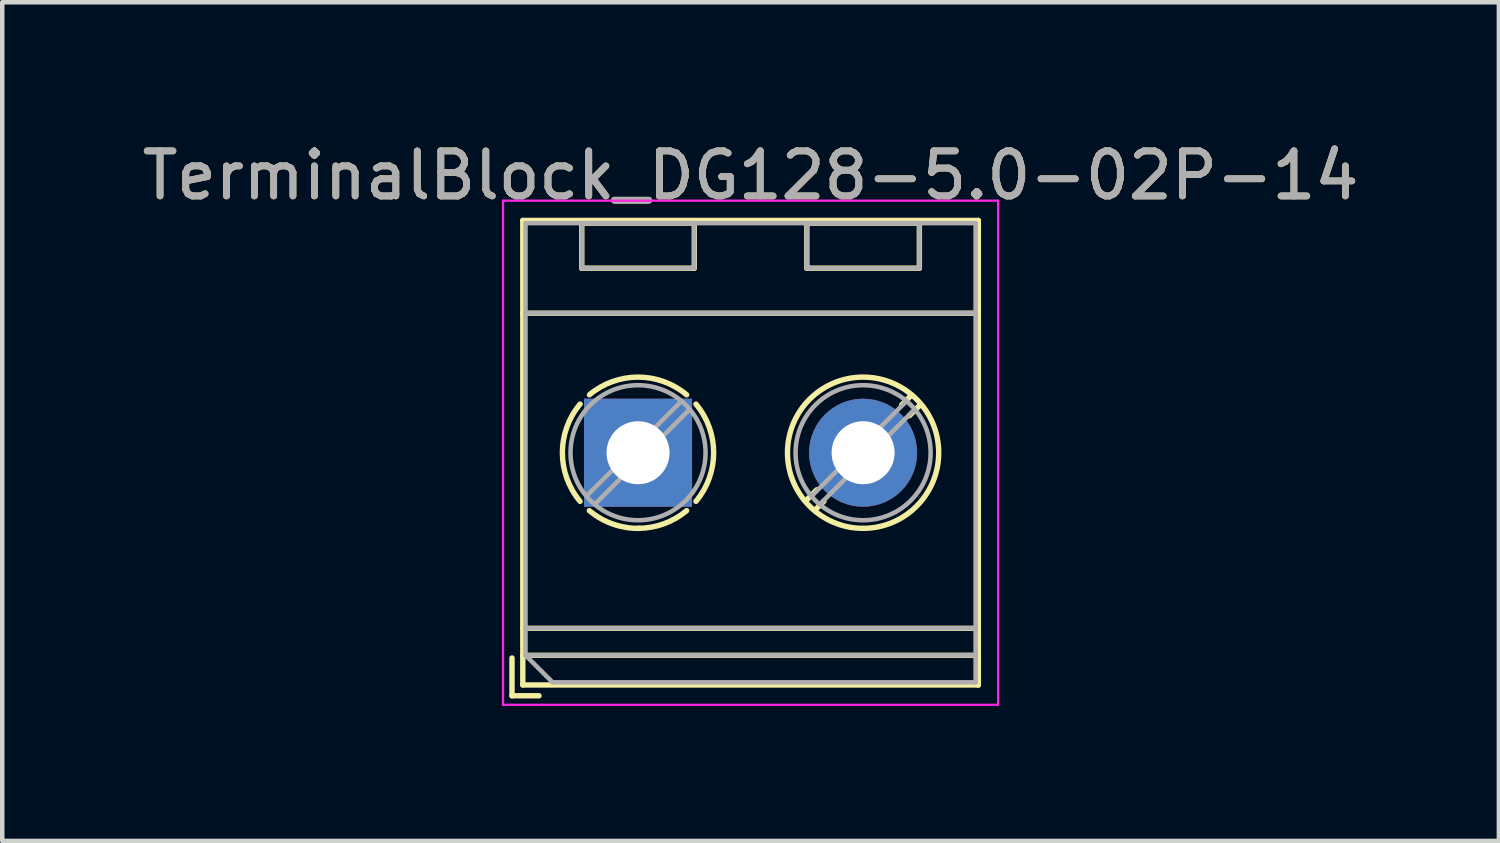
<source format=kicad_pcb>
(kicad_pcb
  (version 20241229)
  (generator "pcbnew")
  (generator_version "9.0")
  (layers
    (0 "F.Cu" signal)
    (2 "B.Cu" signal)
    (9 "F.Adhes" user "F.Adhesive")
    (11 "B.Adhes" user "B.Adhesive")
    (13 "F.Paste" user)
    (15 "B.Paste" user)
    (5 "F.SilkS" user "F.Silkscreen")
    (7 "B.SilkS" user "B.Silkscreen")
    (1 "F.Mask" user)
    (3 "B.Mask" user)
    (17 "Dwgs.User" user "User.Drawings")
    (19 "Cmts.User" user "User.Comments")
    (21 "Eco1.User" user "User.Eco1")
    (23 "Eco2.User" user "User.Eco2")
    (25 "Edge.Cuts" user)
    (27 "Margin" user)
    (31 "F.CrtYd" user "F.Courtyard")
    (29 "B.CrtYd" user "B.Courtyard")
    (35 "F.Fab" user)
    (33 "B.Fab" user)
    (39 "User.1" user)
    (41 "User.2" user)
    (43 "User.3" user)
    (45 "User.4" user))
  (footprint "TerminalBlock_DG128-5.0-02P-14"
    (layer "F.Cu")
    (at 11.125 7.008)
    (property "Reference" "TerminalBlock_DG128-5.0-02P-14" (at 2.5 -6.16 0) (layer "F.SilkS") (effects (font (size 1 1) (thickness 0.15))))
    (attr through_hole)
    (fp_line (start -2.8 4.56) (end -2.8 5.4) (stroke (width 0.12) (type solid)) (layer "F.SilkS"))
    (fp_line (start -2.8 5.4) (end -2.2 5.4) (stroke (width 0.12) (type solid)) (layer "F.SilkS"))
    (fp_line (start -2.56 -5.16) (end -2.56 5.16) (stroke (width 0.12) (type solid)) (layer "F.SilkS"))
    (fp_line (start -2.56 -5.16) (end 7.56 -5.16) (stroke (width 0.12) (type solid)) (layer "F.SilkS"))
    (fp_line (start -2.56 -3.1) (end 7.56 -3.1) (stroke (width 0.12) (type solid)) (layer "F.SilkS"))
    (fp_line (start -2.56 3.9) (end 7.56 3.9) (stroke (width 0.12) (type solid)) (layer "F.SilkS"))
    (fp_line (start -2.56 4.5) (end 7.56 4.5) (stroke (width 0.12) (type solid)) (layer "F.SilkS"))
    (fp_line (start -2.56 5.16) (end 7.56 5.16) (stroke (width 0.12) (type solid)) (layer "F.SilkS"))
    (fp_line (start -1.25 -5.1) (end -1.25 -4.1) (stroke (width 0.12) (type solid)) (layer "F.SilkS"))
    (fp_line (start -1.25 -5.1) (end 1.25 -5.1) (stroke (width 0.12) (type solid)) (layer "F.SilkS"))
    (fp_line (start -1.25 -4.1) (end 1.25 -4.1) (stroke (width 0.12) (type solid)) (layer "F.SilkS"))
    (fp_line (start 1.25 -5.1) (end 1.25 -4.1) (stroke (width 0.12) (type solid)) (layer "F.SilkS"))
    (fp_line (start 3.75 -5.1) (end 3.75 -4.1) (stroke (width 0.12) (type solid)) (layer "F.SilkS"))
    (fp_line (start 3.75 -5.1) (end 6.25 -5.1) (stroke (width 0.12) (type solid)) (layer "F.SilkS"))
    (fp_line (start 3.75 -4.1) (end 6.25 -4.1) (stroke (width 0.12) (type solid)) (layer "F.SilkS"))
    (fp_line (start 3.972 0.823) (end 3.726 1.069) (stroke (width 0.12) (type solid)) (layer "F.SilkS"))
    (fp_line (start 4.13 1.075) (end 3.931 1.274) (stroke (width 0.12) (type solid)) (layer "F.SilkS"))
    (fp_line (start 6.07 -1.275) (end 5.859 -1.064) (stroke (width 0.12) (type solid)) (layer "F.SilkS"))
    (fp_line (start 6.25 -5.1) (end 6.25 -4.1) (stroke (width 0.12) (type solid)) (layer "F.SilkS"))
    (fp_line (start 6.275 -1.069) (end 6.029 -0.823) (stroke (width 0.12) (type solid)) (layer "F.SilkS"))
    (fp_line (start 7.56 -5.16) (end 7.56 5.16) (stroke (width 0.12) (type solid)) (layer "F.SilkS"))
    (fp_arc (start -1.288062 1.079734) (mid -1.680752 -0.000826) (end -1.287 -1.081) (stroke (width 0.12) (type solid)) (layer "F.SilkS"))
    (fp_arc (start -1.079908 -1.287078) (mid 0.00006 -1.68011) (end 1.08 -1.287) (stroke (width 0.12) (type solid)) (layer "F.SilkS"))
    (fp_arc (start 0.028507 1.680511) (mid -0.561826 1.584071) (end -1.081 1.287) (stroke (width 0.12) (type solid)) (layer "F.SilkS"))
    (fp_arc (start 1.079883 1.286955) (mid 0.574594 1.578684) (end 0 1.68) (stroke (width 0.12) (type solid)) (layer "F.SilkS"))
    (fp_arc (start 1.287078 -1.079908) (mid 1.68011 0.00006) (end 1.287 1.08) (stroke (width 0.12) (type solid)) (layer "F.SilkS"))
    (fp_circle (center 5 0) (end 6.68 0) (stroke (width 0.12) (type solid)) (fill no) (layer "F.SilkS"))
    (fp_line (start -3 -5.6) (end -3 5.6) (stroke (width 0.05) (type solid)) (layer "F.CrtYd"))
    (fp_line (start -3 5.6) (end 8 5.6) (stroke (width 0.05) (type solid)) (layer "F.CrtYd"))
    (fp_line (start 8 -5.6) (end -3 -5.6) (stroke (width 0.05) (type solid)) (layer "F.CrtYd"))
    (fp_line (start 8 5.6) (end 8 -5.6) (stroke (width 0.05) (type solid)) (layer "F.CrtYd"))
    (fp_line (start -2.5 -5.1) (end 7.5 -5.1) (stroke (width 0.1) (type solid)) (layer "F.Fab"))
    (fp_line (start -2.5 -3.1) (end 7.5 -3.1) (stroke (width 0.1) (type solid)) (layer "F.Fab"))
    (fp_line (start -2.5 3.9) (end 7.5 3.9) (stroke (width 0.1) (type solid)) (layer "F.Fab"))
    (fp_line (start -2.5 4.5) (end -2.5 -5.1) (stroke (width 0.1) (type solid)) (layer "F.Fab"))
    (fp_line (start -2.5 4.5) (end 7.5 4.5) (stroke (width 0.1) (type solid)) (layer "F.Fab"))
    (fp_line (start -1.9 5.1) (end -2.5 4.5) (stroke (width 0.1) (type solid)) (layer "F.Fab"))
    (fp_line (start -1.25 -5.1) (end -1.25 -4.1) (stroke (width 0.1) (type solid)) (layer "F.Fab"))
    (fp_line (start -1.25 -4.1) (end 1.25 -4.1) (stroke (width 0.1) (type solid)) (layer "F.Fab"))
    (fp_line (start 0.955 -1.138) (end -1.138 0.955) (stroke (width 0.1) (type solid)) (layer "F.Fab"))
    (fp_line (start 1.138 -0.955) (end -0.955 1.138) (stroke (width 0.1) (type solid)) (layer "F.Fab"))
    (fp_line (start 1.25 -5.1) (end -1.25 -5.1) (stroke (width 0.1) (type solid)) (layer "F.Fab"))
    (fp_line (start 1.25 -4.1) (end 1.25 -5.1) (stroke (width 0.1) (type solid)) (layer "F.Fab"))
    (fp_line (start 3.75 -5.1) (end 3.75 -4.1) (stroke (width 0.1) (type solid)) (layer "F.Fab"))
    (fp_line (start 3.75 -4.1) (end 6.25 -4.1) (stroke (width 0.1) (type solid)) (layer "F.Fab"))
    (fp_line (start 5.955 -1.138) (end 3.863 0.955) (stroke (width 0.1) (type solid)) (layer "F.Fab"))
    (fp_line (start 6.138 -0.955) (end 4.046 1.138) (stroke (width 0.1) (type solid)) (layer "F.Fab"))
    (fp_line (start 6.25 -5.1) (end 3.75 -5.1) (stroke (width 0.1) (type solid)) (layer "F.Fab"))
    (fp_line (start 6.25 -4.1) (end 6.25 -5.1) (stroke (width 0.1) (type solid)) (layer "F.Fab"))
    (fp_line (start 7.5 -5.1) (end 7.5 5.1) (stroke (width 0.1) (type solid)) (layer "F.Fab"))
    (fp_line (start 7.5 5.1) (end -1.9 5.1) (stroke (width 0.1) (type solid)) (layer "F.Fab"))
    (fp_circle (center 0 0) (end 1.5 0) (stroke (width 0.1) (type solid)) (fill no) (layer "F.Fab"))
    (fp_circle (center 5 0) (end 6.5 0) (stroke (width 0.1) (type solid)) (fill no) (layer "F.Fab"))
    (fp_text user "${REFERENCE}" (at 2.5 -6.16 0) (layer "F.Fab") (effects (font (size 1 1) (thickness 0.15))))
    (pad "1" thru_hole rect (at 0 0) (size 2.4 2.4) (drill 1.4) (layers "*.Cu" "*.Mask"))
    (pad "2" thru_hole circle (at 5 0) (size 2.4 2.4) (drill 1.4) (layers "*.Cu" "*.Mask")))
  (gr_rect
    (start -3 -3)
    (end 30.25 15.633)
    (stroke (width 0.1) (type default))
    (fill no)
    (layer "Edge.Cuts")))
</source>
